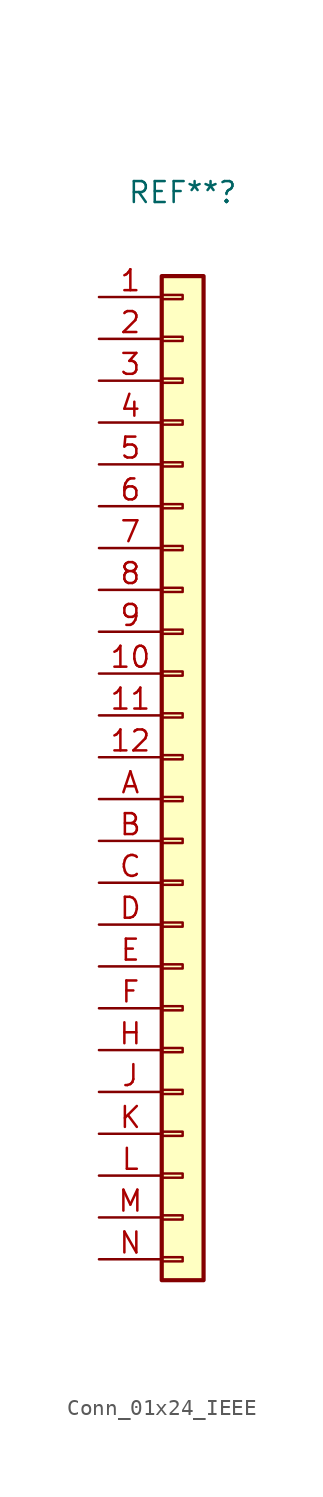
<source format=kicad_sym>
(kicad_symbol_lib
  (version 20231120)
  (generator "kicad_symbol_editor")
  (generator_version "8.0")
  (symbol "Conn_01x24_IEEE"
    (pin_names
      (offset 1.016) hide)
    (property "Reference" "REF**"
      (at 0 34.29 0)
      (effects (font (size 1.27 1.27))))
    (property "Value" ""
      (at 0 31.75 0)
      (effects (font (size 1.27 1.27))))
    (symbol "Conn_01x24_IEEE_1_1"
      (rectangle (start -1.27 -30.353) (end 0 -30.607) (stroke (width 0.152) (type default)) (fill (type none)))
      (rectangle (start -1.27 -27.813) (end 0 -28.067) (stroke (width 0.152) (type default)) (fill (type none)))
      (rectangle (start -1.27 -25.273) (end 0 -25.527) (stroke (width 0.152) (type default)) (fill (type none)))
      (rectangle (start -1.27 -22.733) (end 0 -22.987) (stroke (width 0.152) (type default)) (fill (type none)))
      (rectangle (start -1.27 -20.193) (end 0 -20.447) (stroke (width 0.152) (type default)) (fill (type none)))
      (rectangle (start -1.27 -17.653) (end 0 -17.907) (stroke (width 0.152) (type default)) (fill (type none)))
      (rectangle (start -1.27 -15.113) (end 0 -15.367) (stroke (width 0.152) (type default)) (fill (type none)))
      (rectangle (start -1.27 -12.573) (end 0 -12.827) (stroke (width 0.152) (type default)) (fill (type none)))
      (rectangle (start -1.27 -10.033) (end 0 -10.287) (stroke (width 0.152) (type default)) (fill (type none)))
      (rectangle (start -1.27 -7.493) (end 0 -7.747) (stroke (width 0.152) (type default)) (fill (type none)))
      (rectangle (start -1.27 -4.953) (end 0 -5.207) (stroke (width 0.152) (type default)) (fill (type none)))
      (rectangle (start -1.27 -2.413) (end 0 -2.667) (stroke (width 0.152) (type default)) (fill (type none)))
      (rectangle (start -1.27 0.127) (end 0 -0.127) (stroke (width 0.152) (type default)) (fill (type none)))
      (rectangle (start -1.27 2.667) (end 0 2.413) (stroke (width 0.152) (type default)) (fill (type none)))
      (rectangle (start -1.27 5.207) (end 0 4.953) (stroke (width 0.152) (type default)) (fill (type none)))
      (rectangle (start -1.27 7.747) (end 0 7.493) (stroke (width 0.152) (type default)) (fill (type none)))
      (rectangle (start -1.27 10.287) (end 0 10.033) (stroke (width 0.152) (type default)) (fill (type none)))
      (rectangle (start -1.27 12.827) (end 0 12.573) (stroke (width 0.152) (type default)) (fill (type none)))
      (rectangle (start -1.27 15.367) (end 0 15.113) (stroke (width 0.152) (type default)) (fill (type none)))
      (rectangle (start -1.27 17.907) (end 0 17.653) (stroke (width 0.152) (type default)) (fill (type none)))
      (rectangle (start -1.27 20.447) (end 0 20.193) (stroke (width 0.152) (type default)) (fill (type none)))
      (rectangle (start -1.27 22.987) (end 0 22.733) (stroke (width 0.152) (type default)) (fill (type none)))
      (rectangle (start -1.27 25.527) (end 0 25.273) (stroke (width 0.152) (type default)) (fill (type none)))
      (rectangle (start -1.27 28.067) (end 0 27.813) (stroke (width 0.152) (type default)) (fill (type none)))
      (rectangle (start -1.27 29.21) (end 1.27 -31.75) (stroke (width 0.254) (type default)) (fill (type background)))
      (pin passive line (at -5.08 27.94 0) (length 3.81) (name "DIO1" (effects (font (size 1.27 1.27)))) (number "1" (effects (font (size 1.27 1.27)))))
      (pin passive line (at -5.08 5.08 0) (length 3.81) (name "SRQ" (effects (font (size 1.27 1.27)))) (number "10" (effects (font (size 1.27 1.27)))))
      (pin passive line (at -5.08 2.54 0) (length 3.81) (name "ATN" (effects (font (size 1.27 1.27)))) (number "11" (effects (font (size 1.27 1.27)))))
      (pin passive line (at -5.08 0 0) (length 3.81) (name "SHIELD" (effects (font (size 1.27 1.27)))) (number "12" (effects (font (size 1.27 1.27)))))
      (pin passive line (at -5.08 25.4 0) (length 3.81) (name "DIO2" (effects (font (size 1.27 1.27)))) (number "2" (effects (font (size 1.27 1.27)))))
      (pin passive line (at -5.08 22.86 0) (length 3.81) (name "DIO3" (effects (font (size 1.27 1.27)))) (number "3" (effects (font (size 1.27 1.27)))))
      (pin passive line (at -5.08 20.32 0) (length 3.81) (name "DIO4" (effects (font (size 1.27 1.27)))) (number "4" (effects (font (size 1.27 1.27)))))
      (pin passive line (at -5.08 17.78 0) (length 3.81) (name "EOI" (effects (font (size 1.27 1.27)))) (number "5" (effects (font (size 1.27 1.27)))))
      (pin passive line (at -5.08 15.24 0) (length 3.81) (name "DAV" (effects (font (size 1.27 1.27)))) (number "6" (effects (font (size 1.27 1.27)))))
      (pin passive line (at -5.08 12.7 0) (length 3.81) (name "NRFD" (effects (font (size 1.27 1.27)))) (number "7" (effects (font (size 1.27 1.27)))))
      (pin passive line (at -5.08 10.16 0) (length 3.81) (name "NDAC" (effects (font (size 1.27 1.27)))) (number "8" (effects (font (size 1.27 1.27)))))
      (pin passive line (at -5.08 7.62 0) (length 3.81) (name "IFC" (effects (font (size 1.27 1.27)))) (number "9" (effects (font (size 1.27 1.27)))))
      (pin passive line (at -5.08 -2.54 0) (length 3.81) (name "DIO5" (effects (font (size 1.27 1.27)))) (number "A" (effects (font (size 1.27 1.27)))))
      (pin passive line (at -5.08 -5.08 0) (length 3.81) (name "DIO6" (effects (font (size 1.27 1.27)))) (number "B" (effects (font (size 1.27 1.27)))))
      (pin passive line (at -5.08 -7.62 0) (length 3.81) (name "DIO7" (effects (font (size 1.27 1.27)))) (number "C" (effects (font (size 1.27 1.27)))))
      (pin passive line (at -5.08 -10.16 0) (length 3.81) (name "DIO8" (effects (font (size 1.27 1.27)))) (number "D" (effects (font (size 1.27 1.27)))))
      (pin passive line (at -5.08 -12.7 0) (length 3.81) (name "REN" (effects (font (size 1.27 1.27)))) (number "E" (effects (font (size 1.27 1.27)))))
      (pin passive line (at -5.08 -15.24 0) (length 3.81) (name "GND" (effects (font (size 1.27 1.27)))) (number "F" (effects (font (size 1.27 1.27)))))
      (pin passive line (at -5.08 -17.78 0) (length 3.81) (name "GND" (effects (font (size 1.27 1.27)))) (number "H" (effects (font (size 1.27 1.27)))))
      (pin passive line (at -5.08 -20.32 0) (length 3.81) (name "GND" (effects (font (size 1.27 1.27)))) (number "J" (effects (font (size 1.27 1.27)))))
      (pin passive line (at -5.08 -22.86 0) (length 3.81) (name "GND" (effects (font (size 1.27 1.27)))) (number "K" (effects (font (size 1.27 1.27)))))
      (pin passive line (at -5.08 -25.4 0) (length 3.81) (name "GND" (effects (font (size 1.27 1.27)))) (number "L" (effects (font (size 1.27 1.27)))))
      (pin passive line (at -5.08 -27.94 0) (length 3.81) (name "GND" (effects (font (size 1.27 1.27)))) (number "M" (effects (font (size 1.27 1.27)))))
      (pin passive line (at -5.08 -30.48 0) (length 3.81) (name "GND" (effects (font (size 1.27 1.27)))) (number "N" (effects (font (size 1.27 1.27))))))))
</source>
